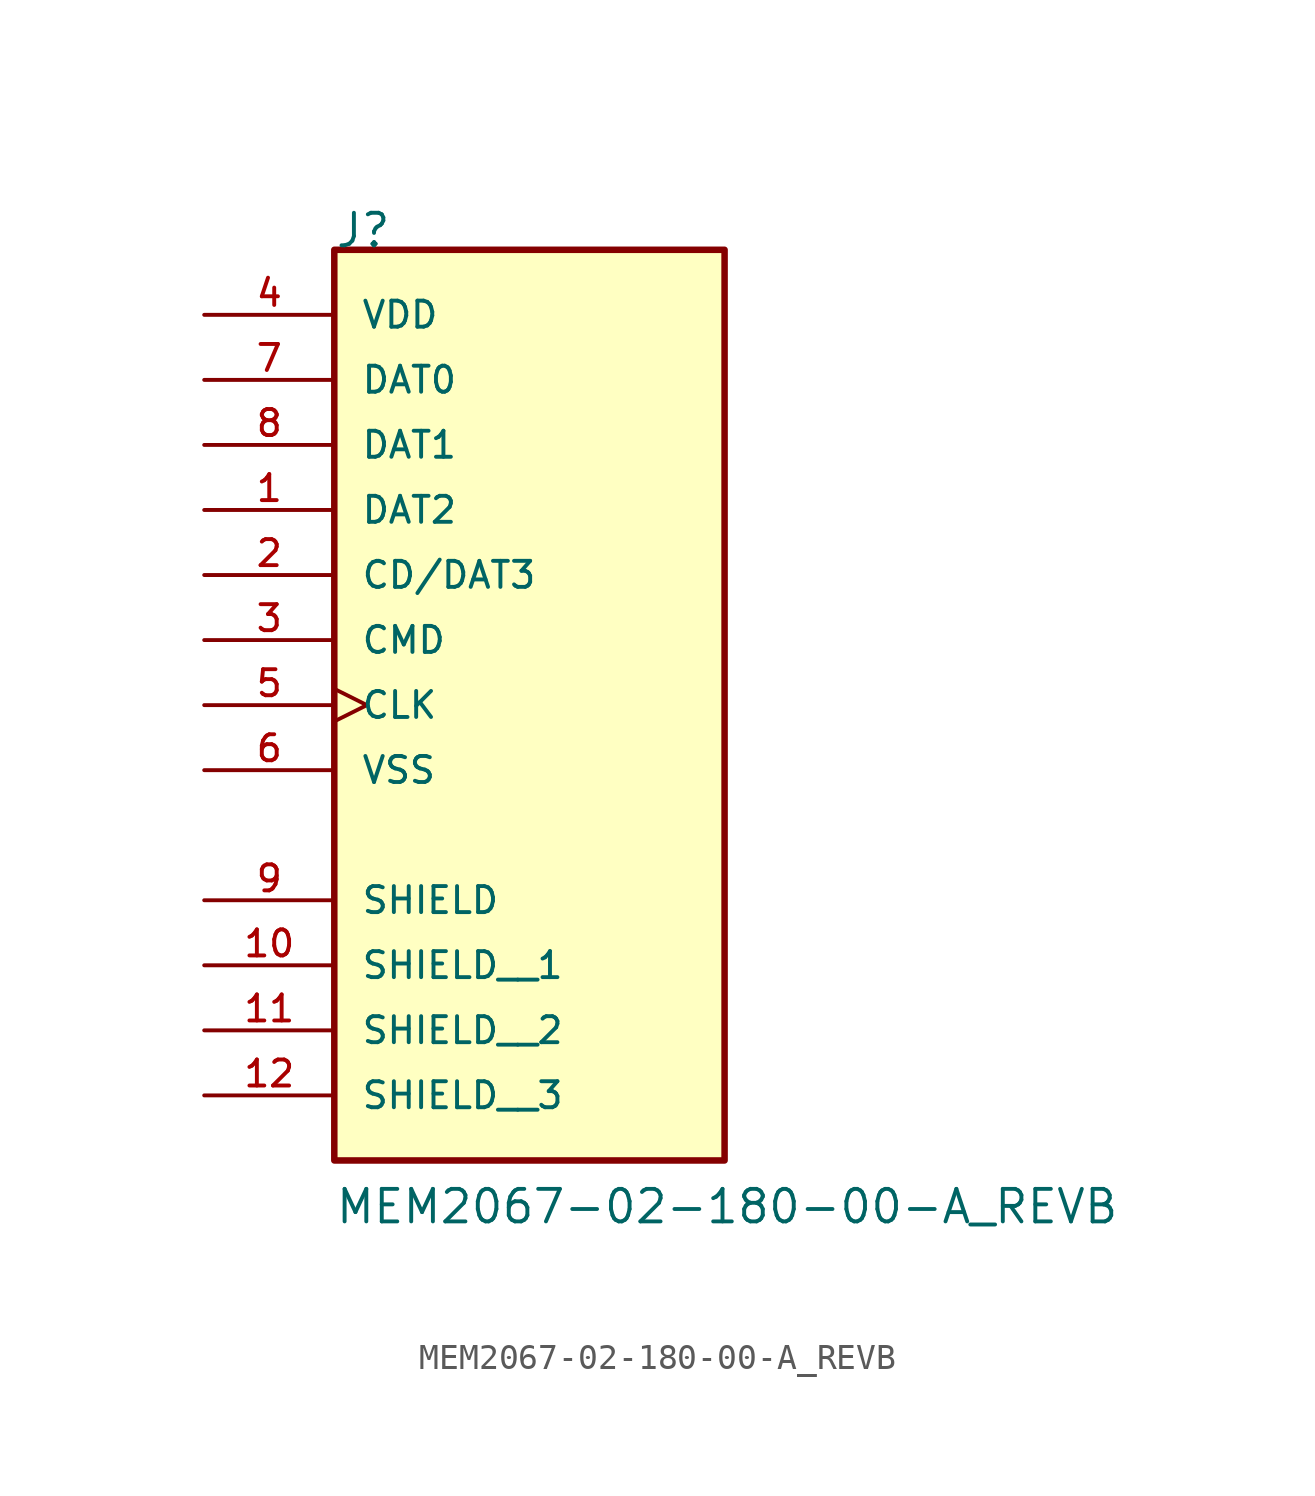
<source format=kicad_sym>
(kicad_symbol_lib
  (version 20211014)
  (generator kicad_symbol_editor)
  (symbol "MEM2067-02-180-00-A_REVB"
    (pin_names
      (offset 1.016))
    (property "Reference" "J"
      (at 0.0 12.712 0)
      (effects (font (size 1.27 1.27)) (justify bottom left)))
    (property "Value" "MEM2067-02-180-00-A_REVB"
      (at 0.0 -25.403 0)
      (effects (font (size 1.27 1.27)) (justify bottom left)))
    (symbol "MEM2067-02-180-00-A_REVB_0_0"
      (rectangle (start -8.881784197e-16 -22.86) (end 15.24 12.7) (stroke (width 0.254)) (fill (type background)))
      (pin bidirectional line (at -5.08 7.62 0) (length 5.08) (name "DAT0" (effects (font (size 1.016 1.016)))) (number "7" (effects (font (size 1.016 1.016)))))
      (pin bidirectional line (at -5.08 5.08 0) (length 5.08) (name "DAT1" (effects (font (size 1.016 1.016)))) (number "8" (effects (font (size 1.016 1.016)))))
      (pin bidirectional line (at -5.08 2.54 0) (length 5.08) (name "DAT2" (effects (font (size 1.016 1.016)))) (number "1" (effects (font (size 1.016 1.016)))))
      (pin bidirectional line (at -5.08 0.0 0) (length 5.08) (name "CD/DAT3" (effects (font (size 1.016 1.016)))) (number "2" (effects (font (size 1.016 1.016)))))
      (pin bidirectional line (at -5.08 -2.54 0) (length 5.08) (name "CMD" (effects (font (size 1.016 1.016)))) (number "3" (effects (font (size 1.016 1.016)))))
      (pin bidirectional clock (at -5.08 -5.08 0) (length 5.08) (name "CLK" (effects (font (size 1.016 1.016)))) (number "5" (effects (font (size 1.016 1.016)))))
      (pin power_in line (at -5.08 10.16 0) (length 5.08) (name "VDD" (effects (font (size 1.016 1.016)))) (number "4" (effects (font (size 1.016 1.016)))))
      (pin power_in line (at -5.08 -7.62 0) (length 5.08) (name "VSS" (effects (font (size 1.016 1.016)))) (number "6" (effects (font (size 1.016 1.016)))))
      (pin passive line (at -5.08 -12.7 0) (length 5.08) (name "SHIELD" (effects (font (size 1.016 1.016)))) (number "9" (effects (font (size 1.016 1.016)))))
      (pin passive line (at -5.08 -15.24 0) (length 5.08) (name "SHIELD__1" (effects (font (size 1.016 1.016)))) (number "10" (effects (font (size 1.016 1.016)))))
      (pin passive line (at -5.08 -17.78 0) (length 5.08) (name "SHIELD__2" (effects (font (size 1.016 1.016)))) (number "11" (effects (font (size 1.016 1.016)))))
      (pin passive line (at -5.08 -20.32 0) (length 5.08) (name "SHIELD__3" (effects (font (size 1.016 1.016)))) (number "12" (effects (font (size 1.016 1.016))))))))
</source>
